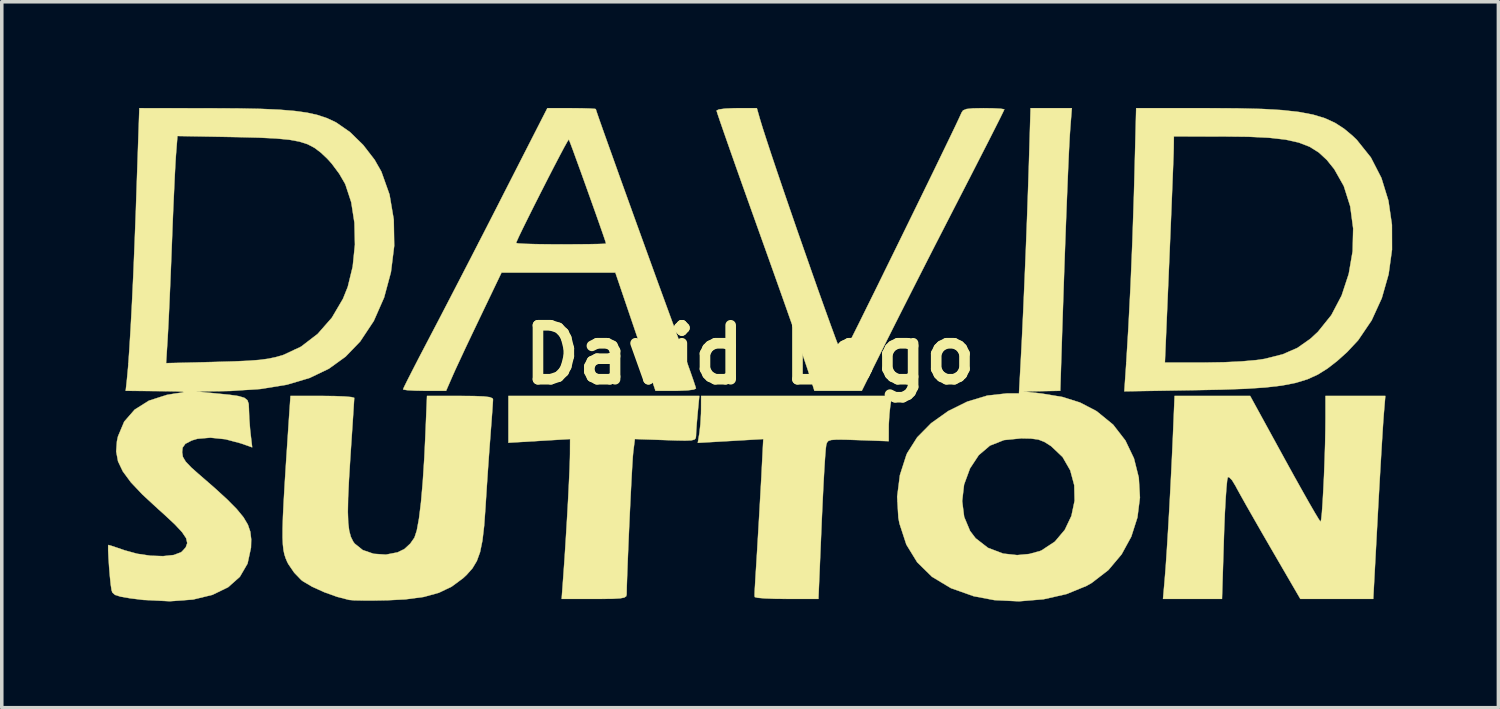
<source format=kicad_pcb>
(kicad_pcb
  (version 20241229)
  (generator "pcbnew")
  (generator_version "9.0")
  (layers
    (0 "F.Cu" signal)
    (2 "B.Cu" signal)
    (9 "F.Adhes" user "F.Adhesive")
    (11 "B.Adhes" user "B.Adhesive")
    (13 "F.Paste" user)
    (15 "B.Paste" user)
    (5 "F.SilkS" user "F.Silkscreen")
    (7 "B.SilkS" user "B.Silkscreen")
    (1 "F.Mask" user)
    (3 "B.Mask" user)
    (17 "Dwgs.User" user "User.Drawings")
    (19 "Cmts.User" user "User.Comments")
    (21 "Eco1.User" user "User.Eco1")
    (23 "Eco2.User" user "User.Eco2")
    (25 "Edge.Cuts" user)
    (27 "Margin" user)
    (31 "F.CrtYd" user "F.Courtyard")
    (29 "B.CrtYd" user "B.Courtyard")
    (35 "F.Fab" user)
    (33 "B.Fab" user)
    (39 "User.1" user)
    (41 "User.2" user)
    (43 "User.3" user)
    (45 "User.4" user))
  (footprint "David Logo"
    (layer "F.Cu")
    (at 18.132 6.972)
    (property "Reference" "David Logo" (at 0 0 0) (layer "F.SilkS") (effects (font (size 1.524 1.524) (thickness 0.3))))
    (attr through_hole)
    (fp_poly (pts (xy -1.477 1.651) (xy -1.501 1.925) (xy -1.518 2.158) (xy -1.523 2.29) (xy -1.531 2.353) (xy -1.567 2.394) (xy -1.658 2.416) (xy -1.827 2.423) (xy -2.098 2.418) (xy -2.387 2.408) (xy -3.25 2.378) (xy -3.295 2.731) (xy -3.308 2.875) (xy -3.325 3.14) (xy -3.345 3.499) (xy -3.367 3.928) (xy -3.39 4.401) (xy -3.413 4.894) (xy -3.434 5.381) (xy -3.453 5.837) (xy -3.468 6.238) (xy -3.479 6.557) (xy -3.483 6.767) (xy -3.496 6.82) (xy -3.551 6.856) (xy -3.669 6.878) (xy -3.876 6.89) (xy -4.192 6.894) (xy -4.401 6.894) (xy -5.318 6.894) (xy -5.269 6.223) (xy -5.234 5.724) (xy -5.2 5.186) (xy -5.167 4.639) (xy -5.137 4.11) (xy -5.113 3.627) (xy -5.094 3.219) (xy -5.084 2.912) (xy -5.082 2.804) (xy -5.08 2.379) (xy -5.951 2.431) (xy -6.822 2.483) (xy -6.822 1.161) (xy -1.43 1.161) (xy -1.477 1.651)) (stroke (width 0.01) (type solid)) (fill yes) (layer "F.SilkS"))
    (fp_poly (pts (xy 3.965 1.433) (xy 3.938 1.677) (xy 3.921 1.968) (xy 3.92 2.072) (xy 3.919 2.439) (xy 3.059 2.408) (xy 2.694 2.396) (xy 2.449 2.394) (xy 2.298 2.405) (xy 2.215 2.432) (xy 2.175 2.481) (xy 2.155 2.544) (xy 2.141 2.658) (xy 2.122 2.896) (xy 2.1 3.24) (xy 2.076 3.668) (xy 2.052 4.161) (xy 2.027 4.7) (xy 2.023 4.802) (xy 1.934 6.894) (xy 1.04 6.894) (xy 0.698 6.89) (xy 0.414 6.879) (xy 0.218 6.862) (xy 0.137 6.842) (xy 0.137 6.84) (xy 0.133 6.82) (xy 0.131 6.798) (xy 0.131 6.754) (xy 0.134 6.668) (xy 0.143 6.519) (xy 0.156 6.289) (xy 0.177 5.955) (xy 0.205 5.5) (xy 0.208 5.443) (xy 0.238 4.941) (xy 0.269 4.407) (xy 0.298 3.891) (xy 0.323 3.446) (xy 0.331 3.276) (xy 0.377 2.379) (xy -0.548 2.433) (xy -1.473 2.486) (xy -1.427 2.205) (xy -1.399 1.957) (xy -1.382 1.661) (xy -1.38 1.542) (xy -1.379 1.161) (xy 4.01 1.161) (xy 3.965 1.433)) (stroke (width 0.01) (type solid)) (fill yes) (layer "F.SilkS"))
    (fp_poly (pts (xy 15.101 2.937) (xy 15.355 3.398) (xy 15.588 3.815) (xy 15.789 4.171) (xy 15.951 4.451) (xy 16.063 4.637) (xy 16.116 4.714) (xy 16.118 4.715) (xy 16.135 4.647) (xy 16.155 4.458) (xy 16.175 4.172) (xy 16.195 3.813) (xy 16.215 3.405) (xy 16.231 2.972) (xy 16.245 2.537) (xy 16.253 2.126) (xy 16.256 1.796) (xy 16.256 1.161) (xy 17.101 1.161) (xy 17.946 1.161) (xy 17.902 1.687) (xy 17.887 1.891) (xy 17.866 2.217) (xy 17.84 2.643) (xy 17.81 3.146) (xy 17.778 3.703) (xy 17.745 4.293) (xy 17.731 4.554) (xy 17.605 6.894) (xy 15.546 6.894) (xy 14.713 5.461) (xy 14.463 5.029) (xy 14.228 4.619) (xy 14.021 4.256) (xy 13.857 3.963) (xy 13.746 3.762) (xy 13.72 3.711) (xy 13.617 3.541) (xy 13.531 3.455) (xy 13.498 3.457) (xy 13.479 3.544) (xy 13.458 3.756) (xy 13.436 4.07) (xy 13.414 4.466) (xy 13.395 4.923) (xy 13.386 5.207) (xy 13.333 6.894) (xy 11.667 6.894) (xy 11.713 6.368) (xy 11.743 5.992) (xy 11.776 5.5) (xy 11.812 4.92) (xy 11.849 4.282) (xy 11.884 3.615) (xy 11.917 2.948) (xy 11.945 2.34) (xy 11.994 1.161) (xy 14.128 1.161) (xy 15.101 2.937)) (stroke (width 0.01) (type solid)) (fill yes) (layer "F.SilkS"))
    (fp_poly (pts (xy 13.773 -6.962) (xy 14.458 -6.945) (xy 15.031 -6.912) (xy 15.508 -6.859) (xy 15.905 -6.784) (xy 16.239 -6.683) (xy 16.525 -6.552) (xy 16.779 -6.388) (xy 17.019 -6.188) (xy 17.139 -6.073) (xy 17.538 -5.575) (xy 17.836 -4.995) (xy 18.034 -4.353) (xy 18.133 -3.672) (xy 18.135 -2.973) (xy 18.039 -2.276) (xy 17.847 -1.602) (xy 17.56 -0.974) (xy 17.179 -0.412) (xy 16.871 -0.082) (xy 16.585 0.175) (xy 16.314 0.385) (xy 16.041 0.556) (xy 15.747 0.69) (xy 15.414 0.792) (xy 15.023 0.868) (xy 14.557 0.922) (xy 13.997 0.959) (xy 13.326 0.983) (xy 12.671 0.996) (xy 10.574 1.031) (xy 10.623 0.316) (xy 10.629 0.218) (xy 11.72 0.218) (xy 12.857 0.218) (xy 13.397 0.209) (xy 13.892 0.185) (xy 14.306 0.148) (xy 14.538 0.114) (xy 15.048 -0.015) (xy 15.463 -0.196) (xy 15.83 -0.454) (xy 16.043 -0.651) (xy 16.421 -1.121) (xy 16.712 -1.675) (xy 16.913 -2.286) (xy 17.023 -2.926) (xy 17.038 -3.571) (xy 16.955 -4.194) (xy 16.773 -4.768) (xy 16.504 -5.244) (xy 16.293 -5.506) (xy 16.067 -5.715) (xy 15.809 -5.877) (xy 15.5 -5.996) (xy 15.12 -6.08) (xy 14.651 -6.132) (xy 14.075 -6.16) (xy 13.408 -6.167) (xy 11.974 -6.169) (xy 11.969 -5.824) (xy 11.965 -5.675) (xy 11.955 -5.4) (xy 11.94 -5.015) (xy 11.921 -4.54) (xy 11.899 -3.992) (xy 11.874 -3.39) (xy 11.847 -2.751) (xy 11.842 -2.631) (xy 11.72 0.218) (xy 10.629 0.218) (xy 10.689 -0.766) (xy 10.75 -1.955) (xy 10.802 -3.214) (xy 10.845 -4.506) (xy 10.859 -5.011) (xy 10.909 -6.967) (xy 12.959 -6.967) (xy 13.773 -6.962)) (stroke (width 0.01) (type solid)) (fill yes) (layer "F.SilkS"))
    (fp_poly (pts (xy 0.283 -6.658) (xy 0.355 -6.421) (xy 0.463 -6.087) (xy 0.6 -5.67) (xy 0.762 -5.188) (xy 0.943 -4.655) (xy 1.138 -4.087) (xy 1.34 -3.501) (xy 1.546 -2.912) (xy 1.748 -2.335) (xy 1.941 -1.787) (xy 2.121 -1.284) (xy 2.281 -0.84) (xy 2.416 -0.472) (xy 2.521 -0.195) (xy 2.589 -0.026) (xy 2.616 0.021) (xy 2.657 -0.053) (xy 2.754 -0.243) (xy 2.9 -0.534) (xy 3.088 -0.91) (xy 3.309 -1.358) (xy 3.558 -1.861) (xy 3.825 -2.406) (xy 4.105 -2.976) (xy 4.39 -3.558) (xy 4.673 -4.136) (xy 4.946 -4.695) (xy 5.202 -5.22) (xy 5.433 -5.698) (xy 5.633 -6.111) (xy 5.794 -6.446) (xy 5.908 -6.688) (xy 5.969 -6.822) (xy 5.976 -6.84) (xy 6.02 -6.904) (xy 6.117 -6.943) (xy 6.298 -6.962) (xy 6.593 -6.967) (xy 6.602 -6.967) (xy 6.872 -6.963) (xy 7.076 -6.952) (xy 7.178 -6.936) (xy 7.185 -6.931) (xy 7.152 -6.86) (xy 7.061 -6.675) (xy 6.917 -6.389) (xy 6.728 -6.016) (xy 6.5 -5.571) (xy 6.242 -5.066) (xy 5.96 -4.518) (xy 5.885 -4.372) (xy 5.56 -3.739) (xy 5.222 -3.081) (xy 4.887 -2.424) (xy 4.568 -1.796) (xy 4.278 -1.224) (xy 4.03 -0.732) (xy 3.872 -0.417) (xy 3.159 1.016) (xy 1.821 1.016) (xy 1.643 0.454) (xy 1.582 0.272) (xy 1.478 -0.03) (xy 1.337 -0.437) (xy 1.163 -0.931) (xy 0.963 -1.498) (xy 0.742 -2.121) (xy 0.506 -2.784) (xy 0.261 -3.47) (xy 0.023 -4.136) (xy -0.2 -4.761) (xy -0.402 -5.331) (xy -0.579 -5.834) (xy -0.726 -6.255) (xy -0.839 -6.581) (xy -0.913 -6.799) (xy -0.943 -6.896) (xy -0.943 -6.899) (xy -0.877 -6.931) (xy -0.699 -6.955) (xy -0.447 -6.966) (xy -0.374 -6.967) (xy 0.195 -6.967) (xy 0.283 -6.658)) (stroke (width 0.01) (type solid)) (fill yes) (layer "F.SilkS"))
    (fp_poly (pts (xy -7.791 1.164) (xy -7.519 1.175) (xy -7.352 1.195) (xy -7.272 1.228) (xy -7.257 1.259) (xy -7.263 1.367) (xy -7.278 1.587) (xy -7.3 1.888) (xy -7.327 2.24) (xy -7.328 2.257) (xy -7.36 2.677) (xy -7.396 3.182) (xy -7.432 3.714) (xy -7.464 4.213) (xy -7.468 4.285) (xy -7.507 4.826) (xy -7.556 5.246) (xy -7.622 5.57) (xy -7.714 5.823) (xy -7.838 6.03) (xy -8.002 6.215) (xy -8.104 6.31) (xy -8.425 6.547) (xy -8.786 6.72) (xy -9.214 6.838) (xy -9.736 6.907) (xy -10.233 6.932) (xy -10.598 6.939) (xy -10.924 6.939) (xy -11.177 6.934) (xy -11.32 6.922) (xy -11.321 6.922) (xy -11.659 6.835) (xy -12.024 6.704) (xy -12.363 6.551) (xy -12.625 6.396) (xy -12.673 6.36) (xy -12.872 6.153) (xy -13.039 5.909) (xy -13.071 5.847) (xy -13.114 5.745) (xy -13.149 5.638) (xy -13.175 5.513) (xy -13.192 5.357) (xy -13.201 5.157) (xy -13.2 4.899) (xy -13.19 4.571) (xy -13.17 4.159) (xy -13.141 3.65) (xy -13.102 3.031) (xy -13.053 2.288) (xy -13.018 1.76) (xy -12.977 1.161) (xy -12.077 1.161) (xy -11.734 1.165) (xy -11.452 1.176) (xy -11.257 1.193) (xy -11.177 1.214) (xy -11.177 1.216) (xy -11.182 1.301) (xy -11.195 1.509) (xy -11.215 1.82) (xy -11.241 2.212) (xy -11.271 2.663) (xy -11.287 2.903) (xy -11.326 3.535) (xy -11.35 4.04) (xy -11.357 4.436) (xy -11.347 4.74) (xy -11.319 4.969) (xy -11.272 5.142) (xy -11.206 5.275) (xy -11.166 5.33) (xy -10.937 5.514) (xy -10.628 5.62) (xy -10.284 5.643) (xy -9.952 5.579) (xy -9.76 5.485) (xy -9.594 5.332) (xy -9.476 5.163) (xy -9.41 4.962) (xy -9.348 4.626) (xy -9.291 4.164) (xy -9.241 3.588) (xy -9.197 2.906) (xy -9.169 2.313) (xy -9.121 1.161) (xy -8.189 1.161) (xy -7.791 1.164)) (stroke (width 0.01) (type solid)) (fill yes) (layer "F.SilkS"))
    (fp_poly (pts (xy 9.048 -6.404) (xy 9.031 -6.154) (xy 9.011 -5.772) (xy 8.988 -5.271) (xy 8.963 -4.667) (xy 8.935 -3.971) (xy 8.906 -3.199) (xy 8.876 -2.362) (xy 8.846 -1.476) (xy 8.815 -0.553) (xy 8.811 -0.417) (xy 8.765 1.016) (xy 8.247 1.026) (xy 7.729 1.036) (xy 8.237 1.093) (xy 8.827 1.191) (xy 9.322 1.347) (xy 9.766 1.577) (xy 9.801 1.599) (xy 10.257 1.971) (xy 10.605 2.42) (xy 10.847 2.926) (xy 10.983 3.47) (xy 11.015 4.032) (xy 10.944 4.594) (xy 10.771 5.135) (xy 10.497 5.636) (xy 10.124 6.079) (xy 9.652 6.443) (xy 9.508 6.525) (xy 8.941 6.757) (xy 8.292 6.904) (xy 7.6 6.962) (xy 6.905 6.928) (xy 6.321 6.818) (xy 5.675 6.589) (xy 5.143 6.27) (xy 4.724 5.859) (xy 4.417 5.358) (xy 4.223 4.764) (xy 4.192 4.601) (xy 4.165 4.131) (xy 5.994 4.131) (xy 6.051 4.578) (xy 6.217 4.974) (xy 6.373 5.18) (xy 6.722 5.451) (xy 7.151 5.614) (xy 7.547 5.657) (xy 7.888 5.625) (xy 8.195 5.541) (xy 8.237 5.523) (xy 8.612 5.276) (xy 8.893 4.943) (xy 9.08 4.549) (xy 9.17 4.121) (xy 9.16 3.683) (xy 9.047 3.263) (xy 8.831 2.887) (xy 8.507 2.58) (xy 8.503 2.577) (xy 8.316 2.459) (xy 8.146 2.393) (xy 7.937 2.365) (xy 7.662 2.359) (xy 7.174 2.408) (xy 6.779 2.564) (xy 6.462 2.834) (xy 6.215 3.209) (xy 6.048 3.664) (xy 5.994 4.131) (xy 4.165 4.131) (xy 4.158 4.008) (xy 4.236 3.396) (xy 4.419 2.826) (xy 4.442 2.775) (xy 4.723 2.331) (xy 5.119 1.93) (xy 5.6 1.588) (xy 6.138 1.322) (xy 6.704 1.151) (xy 7.265 1.089) (xy 7.599 1.089) (xy 7.646 0.236) (xy 7.681 -0.436) (xy 7.718 -1.217) (xy 7.755 -2.07) (xy 7.792 -2.957) (xy 7.826 -3.843) (xy 7.856 -4.69) (xy 7.879 -5.388) (xy 7.926 -6.967) (xy 9.092 -6.967) (xy 9.048 -6.404)) (stroke (width 0.01) (type solid)) (fill yes) (layer "F.SilkS"))
    (fp_poly (pts (xy -4.743 -6.964) (xy -4.512 -6.957) (xy -4.377 -6.947) (xy -4.354 -6.94) (xy -4.33 -6.864) (xy -4.263 -6.669) (xy -4.157 -6.368) (xy -4.018 -5.978) (xy -3.852 -5.515) (xy -3.666 -4.993) (xy -3.463 -4.43) (xy -3.251 -3.841) (xy -3.034 -3.241) (xy -2.819 -2.647) (xy -2.611 -2.073) (xy -2.415 -1.536) (xy -2.238 -1.052) (xy -2.148 -0.808) (xy -1.977 -0.339) (xy -1.823 0.085) (xy -1.694 0.445) (xy -1.597 0.723) (xy -1.539 0.898) (xy -1.524 0.952) (xy -1.591 0.982) (xy -1.768 1.004) (xy -2.021 1.015) (xy -2.096 1.016) (xy -2.667 1.016) (xy -3.801 -2.322) (xy -7.017 -2.322) (xy -7.617 -1.07) (xy -7.82 -0.645) (xy -8.015 -0.235) (xy -8.186 0.132) (xy -8.322 0.424) (xy -8.4 0.599) (xy -8.582 1.016) (xy -9.19 1.016) (xy -9.466 1.011) (xy -9.677 0.999) (xy -9.788 0.981) (xy -9.797 0.973) (xy -9.765 0.9) (xy -9.674 0.716) (xy -9.534 0.441) (xy -9.355 0.093) (xy -9.145 -0.309) (xy -9.009 -0.569) (xy -8.783 -1.001) (xy -8.506 -1.535) (xy -8.192 -2.141) (xy -7.856 -2.792) (xy -7.668 -3.158) (xy -6.604 -3.158) (xy -6.535 -3.146) (xy -6.345 -3.135) (xy -6.055 -3.127) (xy -5.691 -3.122) (xy -5.334 -3.121) (xy -4.923 -3.122) (xy -4.567 -3.125) (xy -4.29 -3.13) (xy -4.115 -3.136) (xy -4.064 -3.142) (xy -4.087 -3.219) (xy -4.151 -3.407) (xy -4.247 -3.682) (xy -4.366 -4.019) (xy -4.5 -4.395) (xy -4.639 -4.784) (xy -4.775 -5.163) (xy -4.9 -5.506) (xy -5.003 -5.79) (xy -5.078 -5.99) (xy -5.115 -6.081) (xy -5.116 -6.084) (xy -5.153 -6.029) (xy -5.244 -5.867) (xy -5.376 -5.618) (xy -5.539 -5.306) (xy -5.721 -4.952) (xy -5.911 -4.578) (xy -6.099 -4.207) (xy -6.272 -3.86) (xy -6.42 -3.56) (xy -6.531 -3.329) (xy -6.594 -3.188) (xy -6.604 -3.158) (xy -7.668 -3.158) (xy -7.513 -3.459) (xy -7.177 -4.115) (xy -6.972 -4.518) (xy -5.722 -6.967) (xy -5.038 -6.967) (xy -4.743 -6.964)) (stroke (width 0.01) (type solid)) (fill yes) (layer "F.SilkS"))
    (fp_poly (pts (xy -15.209 -6.964) (xy -14.447 -6.96) (xy -13.813 -6.947) (xy -13.289 -6.924) (xy -12.859 -6.888) (xy -12.505 -6.839) (xy -12.21 -6.773) (xy -11.958 -6.689) (xy -11.73 -6.585) (xy -11.682 -6.559) (xy -11.297 -6.292) (xy -10.923 -5.926) (xy -10.601 -5.509) (xy -10.411 -5.176) (xy -10.18 -4.527) (xy -10.06 -3.818) (xy -10.048 -3.078) (xy -10.14 -2.335) (xy -10.333 -1.618) (xy -10.624 -0.957) (xy -11.008 -0.378) (xy -11.013 -0.372) (xy -11.422 0.052) (xy -11.893 0.392) (xy -12.44 0.654) (xy -13.077 0.843) (xy -13.816 0.964) (xy -14.672 1.021) (xy -14.901 1.026) (xy -15.639 1.036) (xy -15.082 1.09) (xy -14.701 1.128) (xy -14.441 1.166) (xy -14.28 1.214) (xy -14.193 1.283) (xy -14.158 1.386) (xy -14.151 1.532) (xy -14.151 1.544) (xy -14.141 1.807) (xy -14.117 2.113) (xy -14.104 2.232) (xy -14.059 2.613) (xy -14.376 2.501) (xy -14.815 2.384) (xy -15.239 2.34) (xy -15.606 2.371) (xy -15.766 2.419) (xy -15.947 2.513) (xy -16.024 2.621) (xy -16.038 2.75) (xy -16.017 2.882) (xy -15.938 3.016) (xy -15.779 3.183) (xy -15.589 3.352) (xy -15.126 3.754) (xy -14.766 4.083) (xy -14.496 4.356) (xy -14.305 4.588) (xy -14.181 4.797) (xy -14.112 4.998) (xy -14.087 5.209) (xy -14.093 5.446) (xy -14.093 5.446) (xy -14.19 5.896) (xy -14.407 6.269) (xy -14.739 6.564) (xy -15.182 6.779) (xy -15.731 6.912) (xy -16.383 6.96) (xy -17.131 6.923) (xy -17.509 6.876) (xy -17.776 6.83) (xy -17.932 6.781) (xy -18.007 6.715) (xy -18.03 6.65) (xy -18.054 6.491) (xy -18.078 6.26) (xy -18.1 5.996) (xy -18.117 5.738) (xy -18.127 5.523) (xy -18.127 5.393) (xy -18.121 5.37) (xy -18.043 5.392) (xy -17.869 5.45) (xy -17.664 5.521) (xy -17.306 5.619) (xy -16.93 5.674) (xy -16.575 5.686) (xy -16.276 5.654) (xy -16.07 5.577) (xy -16.044 5.557) (xy -15.936 5.438) (xy -15.893 5.318) (xy -15.924 5.18) (xy -16.038 5.01) (xy -16.244 4.789) (xy -16.552 4.502) (xy -16.714 4.357) (xy -17.156 3.949) (xy -17.486 3.6) (xy -17.713 3.292) (xy -17.848 3.009) (xy -17.9 2.73) (xy -17.879 2.44) (xy -17.85 2.305) (xy -17.674 1.887) (xy -17.38 1.549) (xy -16.977 1.295) (xy -16.471 1.132) (xy -16.243 1.094) (xy -16.07 1.07) (xy -15.993 1.053) (xy -16.022 1.041) (xy -16.168 1.033) (xy -16.442 1.028) (xy -16.708 1.025) (xy -17.632 1.016) (xy -17.598 0.708) (xy -17.564 0.346) (xy -17.556 0.235) (xy -16.491 0.235) (xy -15.085 0.2) (xy -14.565 0.185) (xy -14.163 0.167) (xy -13.852 0.143) (xy -13.605 0.11) (xy -13.395 0.066) (xy -13.195 0.009) (xy -13.191 0.008) (xy -12.679 -0.231) (xy -12.211 -0.59) (xy -11.809 -1.048) (xy -11.495 -1.582) (xy -11.36 -1.918) (xy -11.22 -2.493) (xy -11.157 -3.111) (xy -11.171 -3.73) (xy -11.261 -4.309) (xy -11.425 -4.807) (xy -11.439 -4.838) (xy -11.6 -5.115) (xy -11.813 -5.401) (xy -11.941 -5.543) (xy -12.122 -5.713) (xy -12.3 -5.847) (xy -12.494 -5.949) (xy -12.726 -6.023) (xy -13.016 -6.076) (xy -13.386 -6.111) (xy -13.855 -6.134) (xy -14.445 -6.149) (xy -14.562 -6.151) (xy -16.17 -6.18) (xy -16.212 -5.648) (xy -16.226 -5.43) (xy -16.244 -5.093) (xy -16.264 -4.663) (xy -16.287 -4.166) (xy -16.309 -3.629) (xy -16.327 -3.157) (xy -16.349 -2.592) (xy -16.372 -2.033) (xy -16.395 -1.51) (xy -16.416 -1.051) (xy -16.435 -0.685) (xy -16.446 -0.481) (xy -16.491 0.235) (xy -17.556 0.235) (xy -17.529 -0.147) (xy -17.492 -0.758) (xy -17.454 -1.472) (xy -17.416 -2.275) (xy -17.38 -3.154) (xy -17.344 -4.095) (xy -17.334 -4.409) (xy -17.246 -6.967) (xy -15.209 -6.964)) (stroke (width 0.01) (type solid)) (fill yes) (layer "F.SilkS")))
  (gr_rect
    (start -3 -3)
    (end 39.272 16.939)
    (stroke (width 0.1) (type default))
    (fill no)
    (layer "Edge.Cuts")))
</source>
